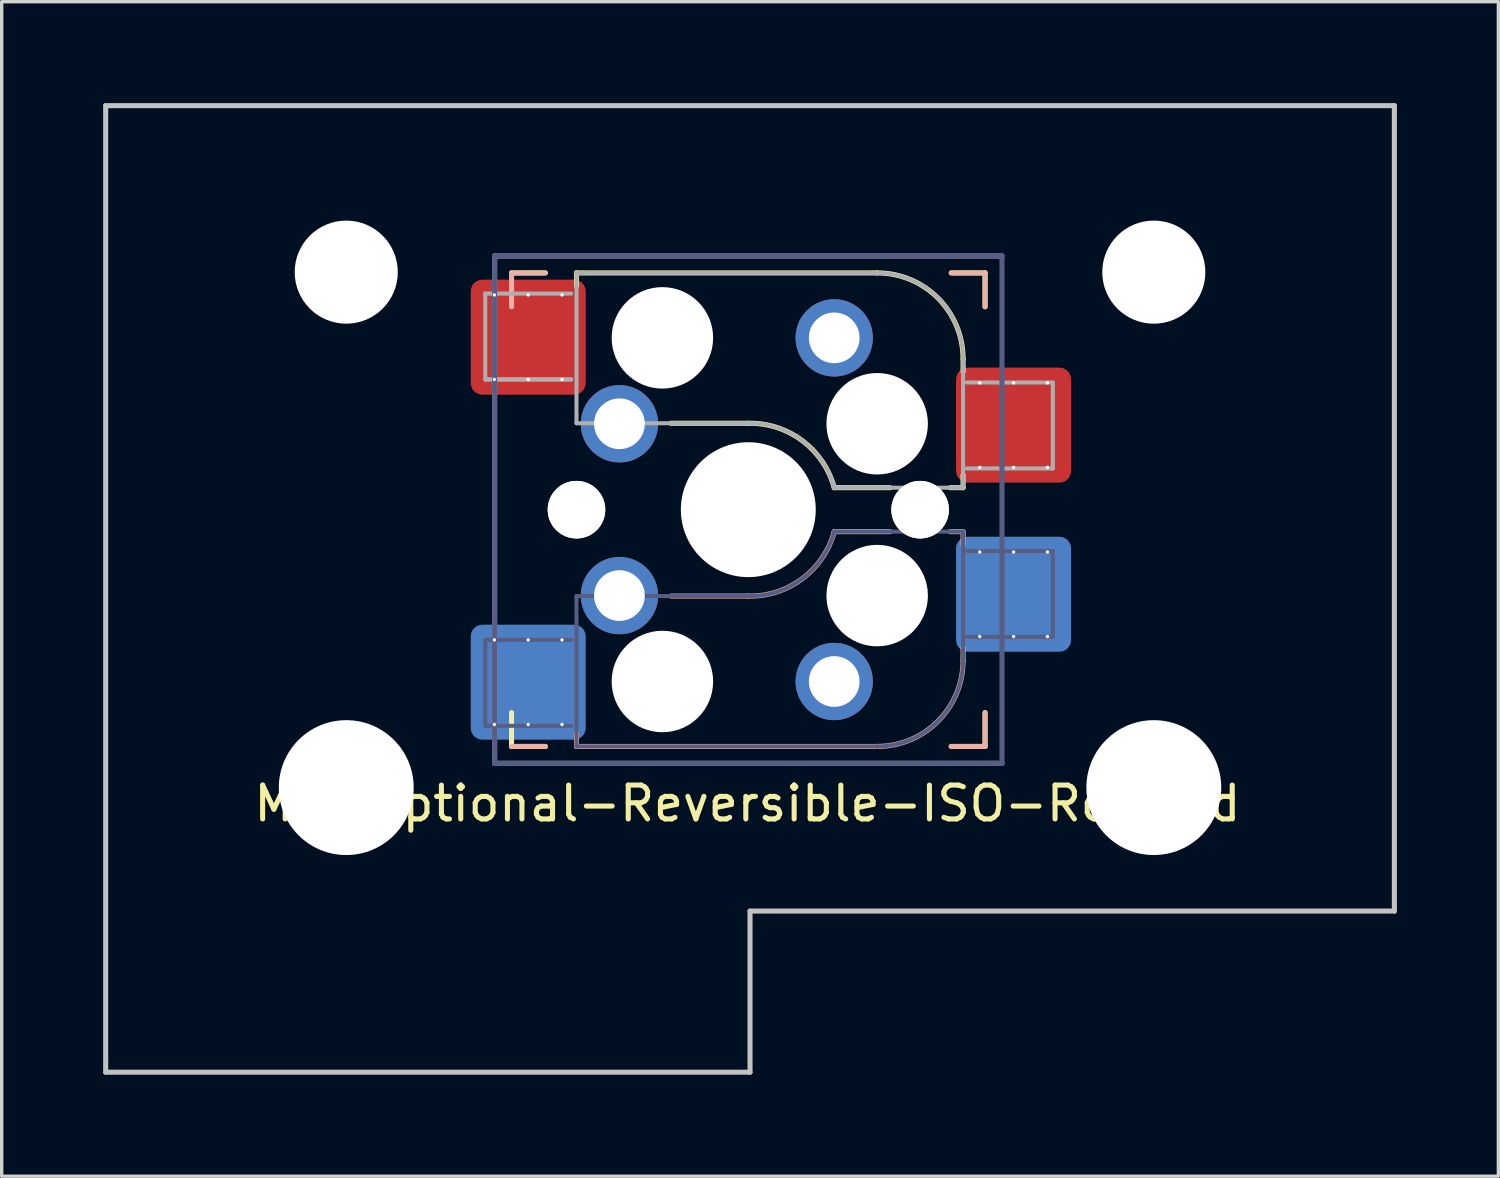
<source format=kicad_pcb>
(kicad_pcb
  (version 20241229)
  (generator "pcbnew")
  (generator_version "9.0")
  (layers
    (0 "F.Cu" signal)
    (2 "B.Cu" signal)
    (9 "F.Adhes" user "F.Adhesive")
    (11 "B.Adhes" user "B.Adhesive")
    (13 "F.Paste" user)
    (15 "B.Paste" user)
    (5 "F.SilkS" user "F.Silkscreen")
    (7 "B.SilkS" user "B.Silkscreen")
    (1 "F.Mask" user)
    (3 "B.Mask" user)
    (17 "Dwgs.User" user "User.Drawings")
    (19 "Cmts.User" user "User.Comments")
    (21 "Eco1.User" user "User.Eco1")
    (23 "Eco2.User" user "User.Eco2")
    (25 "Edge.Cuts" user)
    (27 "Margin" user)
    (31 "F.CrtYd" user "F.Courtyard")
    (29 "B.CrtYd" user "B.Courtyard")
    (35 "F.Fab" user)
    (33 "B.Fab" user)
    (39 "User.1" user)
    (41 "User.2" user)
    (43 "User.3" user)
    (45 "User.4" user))
  (footprint "MX-Optional-Reversible-ISO-Rotated"
    (layer "F.Cu")
    (at 19.125 11.981)
    (property "Reference" "MX-Optional-Reversible-ISO-Rotated" (at -0.077 8.726 180) (layer "F.SilkS") (effects (font (size 1 1) (thickness 0.15))))
    (attr smd)
    (fp_rect (start -8.258 -6.062) (end -4.858 -4.062) (stroke (width 0.1) (type solid)) (fill yes) (layer "F.Mask"))
    (fp_rect (start 6.092 -3.462) (end 9.492 -1.462) (stroke (width 0.1) (type solid)) (fill yes) (layer "F.Mask"))
    (fp_rect (start -4.858 4.138) (end -8.258 6.138) (stroke (width 0.1) (type solid)) (fill yes) (layer "B.Mask"))
    (fp_rect (start 9.492 1.538) (end 6.092 3.538) (stroke (width 0.1) (type solid)) (fill yes) (layer "B.Mask"))
    (fp_line (start -7.051 -6.962) (end -6.051 -6.962) (stroke (width 0.15) (type solid)) (layer "F.SilkS"))
    (fp_line (start -7.051 7.038) (end -7.051 6.038) (stroke (width 0.15) (type solid)) (layer "F.SilkS"))
    (fp_line (start -6.051 7.038) (end -7.051 7.038) (stroke (width 0.15) (type solid)) (layer "F.SilkS"))
    (fp_line (start -5.131 -6.581) (end -5.131 -6.962) (stroke (width 0.15) (type solid)) (layer "F.SilkS"))
    (fp_line (start -2.337 -2.517) (end -0.051 -2.517) (stroke (width 0.15) (type solid)) (layer "F.SilkS"))
    (fp_line (start 2.489 -0.612) (end 4.14 -0.612) (stroke (width 0.15) (type solid)) (layer "F.SilkS"))
    (fp_line (start 3.759 -6.962) (end -5.131 -6.962) (stroke (width 0.15) (type solid)) (layer "F.SilkS"))
    (fp_line (start 5.918 -0.612) (end 6.299 -0.612) (stroke (width 0.15) (type solid)) (layer "F.SilkS"))
    (fp_line (start 5.949 -6.962) (end 6.949 -6.962) (stroke (width 0.15) (type solid)) (layer "F.SilkS"))
    (fp_line (start 6.299 -4.041) (end 6.299 -4.422) (stroke (width 0.15) (type solid)) (layer "F.SilkS"))
    (fp_line (start 6.299 -0.612) (end 6.299 -0.993) (stroke (width 0.15) (type solid)) (layer "F.SilkS"))
    (fp_line (start 6.949 -6.962) (end 6.949 -5.962) (stroke (width 0.15) (type solid)) (layer "F.SilkS"))
    (fp_line (start 6.949 6.038) (end 6.949 7.038) (stroke (width 0.15) (type solid)) (layer "F.SilkS"))
    (fp_line (start 6.949 7.038) (end 5.949 7.038) (stroke (width 0.15) (type solid)) (layer "F.SilkS"))
    (fp_arc (start -0.05085 -2.51696) (mid 1.54712 -2.001754) (end 2.48915 -0.61196) (stroke (width 0.15) (type solid)) (layer "F.SilkS"))
    (fp_arc (start 3.75915 -6.96196) (mid 5.555201 -6.218011) (end 6.29915 -4.42196) (stroke (width 0.15) (type solid)) (layer "F.SilkS"))
    (fp_line (start -7.051 -6.962) (end -6.051 -6.962) (stroke (width 0.15) (type solid)) (layer "B.SilkS"))
    (fp_line (start -7.05 -6.96) (end -7.05 -5.96) (stroke (width 0.15) (type solid)) (layer "B.SilkS"))
    (fp_line (start -6.051 7.038) (end -7.051 7.038) (stroke (width 0.15) (type solid)) (layer "B.SilkS"))
    (fp_line (start -5.131 7.038) (end -5.131 6.657) (stroke (width 0.15) (type solid)) (layer "B.SilkS"))
    (fp_line (start -5.131 7.038) (end 3.759 7.038) (stroke (width 0.15) (type solid)) (layer "B.SilkS"))
    (fp_line (start -0.051 2.593) (end -2.337 2.593) (stroke (width 0.15) (type solid)) (layer "B.SilkS"))
    (fp_line (start 4.14 0.688) (end 2.489 0.688) (stroke (width 0.15) (type solid)) (layer "B.SilkS"))
    (fp_line (start 5.949 -6.962) (end 6.949 -6.962) (stroke (width 0.15) (type solid)) (layer "B.SilkS"))
    (fp_line (start 6.299 0.688) (end 5.918 0.688) (stroke (width 0.15) (type solid)) (layer "B.SilkS"))
    (fp_line (start 6.299 1.069) (end 6.299 0.688) (stroke (width 0.15) (type solid)) (layer "B.SilkS"))
    (fp_line (start 6.299 4.498) (end 6.299 4.117) (stroke (width 0.15) (type solid)) (layer "B.SilkS"))
    (fp_line (start 6.949 -6.962) (end 6.949 -5.962) (stroke (width 0.15) (type solid)) (layer "B.SilkS"))
    (fp_line (start 6.949 6.038) (end 6.949 7.038) (stroke (width 0.15) (type solid)) (layer "B.SilkS"))
    (fp_line (start 6.949 7.038) (end 5.949 7.038) (stroke (width 0.15) (type solid)) (layer "B.SilkS"))
    (fp_arc (start 2.48915 0.68804) (mid 1.547119 2.077831) (end -0.05085 2.59304) (stroke (width 0.15) (type solid)) (layer "B.SilkS"))
    (fp_arc (start 6.29915 4.49804) (mid 5.555201 6.294091) (end 3.75915 7.03804) (stroke (width 0.15) (type solid)) (layer "B.SilkS"))
    (fp_line (start -19.05 -11.906) (end 19.05 -11.906) (stroke (width 0.15) (type solid)) (layer "Dwgs.User"))
    (fp_line (start -19.05 16.669) (end -19.05 -11.906) (stroke (width 0.15) (type solid)) (layer "Dwgs.User"))
    (fp_line (start -19.05 16.669) (end 0 16.669) (stroke (width 0.15) (type solid)) (layer "Dwgs.User"))
    (fp_line (start 0 11.906) (end 0 16.669) (stroke (width 0.15) (type solid)) (layer "Dwgs.User"))
    (fp_line (start 19.05 11.906) (end 0 11.906) (stroke (width 0.15) (type solid)) (layer "Dwgs.User"))
    (fp_line (start 19.05 11.906) (end 19.05 -11.906) (stroke (width 0.15) (type solid)) (layer "Dwgs.User"))
    (fp_line (start -6.951 6.938) (end 6.849 6.938) (stroke (width 0.15) (type solid)) (layer "Eco2.User"))
    (fp_line (start -6.95 -6.86) (end -6.95 6.94) (stroke (width 0.15) (type solid)) (layer "Eco2.User"))
    (fp_line (start 6.848 6.94) (end 6.848 -6.86) (stroke (width 0.15) (type solid)) (layer "Eco2.User"))
    (fp_line (start 6.849 -6.862) (end -6.951 -6.862) (stroke (width 0.15) (type solid)) (layer "Eco2.User"))
    (fp_line (start -7.828 3.888) (end -7.828 6.428) (stroke (width 0.12) (type solid)) (layer "B.Fab"))
    (fp_line (start -7.828 6.428) (end -5.288 6.428) (stroke (width 0.12) (type solid)) (layer "B.Fab"))
    (fp_line (start -7.551 -7.462) (end 7.449 -7.462) (stroke (width 0.15) (type solid)) (layer "B.Fab"))
    (fp_line (start -7.551 7.538) (end -7.551 -7.462) (stroke (width 0.15) (type solid)) (layer "B.Fab"))
    (fp_line (start -5.288 3.888) (end -7.828 3.888) (stroke (width 0.12) (type solid)) (layer "B.Fab"))
    (fp_line (start -5.288 3.888) (end -7.828 3.888) (stroke (width 0.12) (type solid)) (layer "B.Fab"))
    (fp_line (start -5.131 2.593) (end -5.131 7.038) (stroke (width 0.12) (type solid)) (layer "B.Fab"))
    (fp_line (start -5.131 7.038) (end 3.759 7.038) (stroke (width 0.12) (type solid)) (layer "B.Fab"))
    (fp_line (start -0.051 2.593) (end -5.131 2.593) (stroke (width 0.12) (type solid)) (layer "B.Fab"))
    (fp_line (start 6.299 0.688) (end 2.489 0.688) (stroke (width 0.12) (type solid)) (layer "B.Fab"))
    (fp_line (start 6.299 4.498) (end 6.299 0.688) (stroke (width 0.12) (type solid)) (layer "B.Fab"))
    (fp_line (start 6.412 3.798) (end 8.952 3.798) (stroke (width 0.12) (type solid)) (layer "B.Fab"))
    (fp_line (start 7.449 -7.462) (end 7.449 7.538) (stroke (width 0.15) (type solid)) (layer "B.Fab"))
    (fp_line (start 7.449 7.538) (end -7.551 7.538) (stroke (width 0.15) (type solid)) (layer "B.Fab"))
    (fp_line (start 8.952 1.258) (end 6.412 1.258) (stroke (width 0.12) (type solid)) (layer "B.Fab"))
    (fp_line (start 8.952 3.798) (end 8.952 1.258) (stroke (width 0.12) (type solid)) (layer "B.Fab"))
    (fp_arc (start 2.48915 0.68804) (mid 1.547122 2.077836) (end -0.05085 2.59304) (stroke (width 0.12) (type solid)) (layer "B.Fab"))
    (fp_arc (start 6.29915 4.49804) (mid 5.555201 6.294091) (end 3.75915 7.03804) (stroke (width 0.12) (type solid)) (layer "B.Fab"))
    (fp_line (start -7.828 -6.352) (end -7.828 -3.812) (stroke (width 0.12) (type solid)) (layer "F.Fab"))
    (fp_line (start -7.828 -3.812) (end -5.288 -3.812) (stroke (width 0.12) (type solid)) (layer "F.Fab"))
    (fp_line (start -7.828 -3.812) (end -5.288 -3.812) (stroke (width 0.12) (type solid)) (layer "F.Fab"))
    (fp_line (start -7.551 -7.462) (end 7.449 -7.462) (stroke (width 0.15) (type solid)) (layer "F.Fab"))
    (fp_line (start -7.551 7.538) (end -7.551 -7.462) (stroke (width 0.15) (type solid)) (layer "F.Fab"))
    (fp_line (start -5.288 -6.352) (end -7.828 -6.352) (stroke (width 0.12) (type solid)) (layer "F.Fab"))
    (fp_line (start -5.131 -6.962) (end -5.131 -2.517) (stroke (width 0.12) (type solid)) (layer "F.Fab"))
    (fp_line (start -5.131 -2.517) (end -0.051 -2.517) (stroke (width 0.12) (type solid)) (layer "F.Fab"))
    (fp_line (start 2.489 -0.612) (end 6.299 -0.612) (stroke (width 0.12) (type solid)) (layer "F.Fab"))
    (fp_line (start 3.759 -6.962) (end -5.131 -6.962) (stroke (width 0.12) (type solid)) (layer "F.Fab"))
    (fp_line (start 6.299 -0.612) (end 6.299 -4.422) (stroke (width 0.12) (type solid)) (layer "F.Fab"))
    (fp_line (start 6.412 -1.182) (end 8.952 -1.182) (stroke (width 0.12) (type solid)) (layer "F.Fab"))
    (fp_line (start 7.449 7.538) (end -7.551 7.538) (stroke (width 0.15) (type solid)) (layer "F.Fab"))
    (fp_line (start 8.952 -3.722) (end 6.412 -3.722) (stroke (width 0.12) (type solid)) (layer "F.Fab"))
    (fp_line (start 8.952 -1.182) (end 8.952 -3.722) (stroke (width 0.12) (type solid)) (layer "F.Fab"))
    (fp_arc (start -0.05085 -2.51696) (mid 1.547122 -2.001755) (end 2.48915 -0.61196) (stroke (width 0.12) (type solid)) (layer "F.Fab"))
    (fp_arc (start 3.75915 -6.96196) (mid 5.555201 -6.218011) (end 6.29915 -4.42196) (stroke (width 0.12) (type solid)) (layer "F.Fab"))
    (pad "" np_thru_hole circle (at -11.938 -6.985) (size 3.048 3.048) (drill 3.048) (layers "*.Cu" "*.Mask"))
    (pad "" np_thru_hole circle (at -11.938 8.255) (size 3.988 3.988) (drill 3.988) (layers "*.Cu" "*.Mask"))
    (pad "" np_thru_hole circle (at -5.131 0.038) (size 1.702 1.702) (drill 1.702) (layers "*.Cu" "*.Mask"))
    (pad "" np_thru_hole circle (at -5.131 0.038 180) (size 1.702 1.702) (drill 1.702) (layers "*.Cu" "*.Mask"))
    (pad "" np_thru_hole circle (at -2.591 -5.042) (size 3 3) (drill 3) (layers "*.Cu" "*.Mask"))
    (pad "" np_thru_hole circle (at -2.591 5.118 180) (size 3 3) (drill 3) (layers "*.Cu" "*.Mask"))
    (pad "" np_thru_hole circle (at -0.051 0.038) (size 3.988 3.988) (drill 3.988) (layers "*.Cu" "*.Mask"))
    (pad "" np_thru_hole circle (at 3.759 -2.502) (size 3 3) (drill 3) (layers "*.Cu" "*.Mask"))
    (pad "" np_thru_hole circle (at 3.759 2.578 180) (size 3 3) (drill 3) (layers "*.Cu" "*.Mask"))
    (pad "" np_thru_hole circle (at 5.029 0.038 180) (size 1.702 1.702) (drill 1.702) (layers "*.Cu" "*.Mask"))
    (pad "" np_thru_hole circle (at 5.029 0.038) (size 1.702 1.702) (drill 1.702) (layers "*.Cu" "*.Mask"))
    (pad "" np_thru_hole circle (at 11.938 -6.985) (size 3.048 3.048) (drill 3.048) (layers "*.Cu" "*.Mask"))
    (pad "" np_thru_hole circle (at 11.938 8.255) (size 3.988 3.988) (drill 3.988) (layers "*.Cu" "*.Mask"))
    (pad "1" thru_hole circle (at -7.558 -6.312 270) (size 0.1 0.1) (drill 0.3) (layers "*.Cu" "*.Mask"))
    (pad "1" thru_hole circle (at -7.558 -3.812 270) (size 0.1 0.1) (drill 0.3) (layers "*.Cu" "*.Mask"))
    (pad "1" thru_hole circle (at -7.558 3.888 270) (size 0.1 0.1) (drill 0.3) (layers "*.Cu" "*.Mask"))
    (pad "1" thru_hole circle (at -7.558 6.388 270) (size 0.1 0.1) (drill 0.3) (layers "*.Cu" "*.Mask"))
    (pad "1" thru_hole circle (at -6.558 -6.312 270) (size 0.1 0.1) (drill 0.3) (layers "*.Cu"))
    (pad "1" smd roundrect (at -6.558 -5.062 180) (size 3.4 3.4) (property pad_prop_bga) (layers "F.Cu" "F.Paste") (roundrect_rratio 0.1))
    (pad "1" thru_hole circle (at -6.558 -3.812 270) (size 0.1 0.1) (drill 0.3) (layers "*.Cu" "*.Mask"))
    (pad "1" thru_hole circle (at -6.558 3.888 270) (size 0.1 0.1) (drill 0.3) (layers "*.Cu" "*.Mask"))
    (pad "1" smd roundrect (at -6.558 5.138) (size 3.4 3.4) (property pad_prop_bga) (layers "B.Cu" "B.Paste") (roundrect_rratio 0.1))
    (pad "1" thru_hole circle (at -6.558 6.388 270) (size 0.1 0.1) (drill 0.3) (layers "*.Cu"))
    (pad "1" thru_hole circle (at -5.558 -6.312 270) (size 0.1 0.1) (drill 0.3) (layers "*.Cu"))
    (pad "1" thru_hole circle (at -5.558 -3.812 270) (size 0.1 0.1) (drill 0.3) (layers "*.Cu" "*.Mask"))
    (pad "1" thru_hole circle (at -5.558 3.888 270) (size 0.1 0.1) (drill 0.3) (layers "*.Cu" "*.Mask"))
    (pad "1" thru_hole circle (at -5.558 6.388 270) (size 0.1 0.1) (drill 0.3) (layers "*.Cu"))
    (pad "1" thru_hole circle (at -3.861 -2.502) (size 2.286 2.286) (drill 1.499) (layers "*.Cu" "*.Mask"))
    (pad "1" thru_hole circle (at -3.861 2.578 180) (size 2.286 2.286) (drill 1.499) (layers "*.Cu" "*.Mask"))
    (pad "2" thru_hole circle (at 2.489 -5.042) (size 2.286 2.286) (drill 1.499) (layers "*.Cu" "*.Mask"))
    (pad "2" thru_hole circle (at 2.489 5.118 180) (size 2.286 2.286) (drill 1.499) (layers "*.Cu" "*.Mask"))
    (pad "2" thru_hole circle (at 6.792 -3.712 270) (size 0.1 0.1) (drill 0.3) (layers "*.Cu" "*.Mask"))
    (pad "2" thru_hole circle (at 6.792 -1.212 270) (size 0.1 0.1) (drill 0.3) (layers "*.Cu" "*.Mask"))
    (pad "2" thru_hole circle (at 6.792 1.288 270) (size 0.1 0.1) (drill 0.3) (layers "*.Cu" "*.Mask"))
    (pad "2" thru_hole circle (at 6.792 3.788 270) (size 0.1 0.1) (drill 0.3) (layers "*.Cu" "*.Mask"))
    (pad "2" thru_hole circle (at 7.792 -3.712 270) (size 0.1 0.1) (drill 0.3) (layers "*.Cu"))
    (pad "2" smd roundrect (at 7.792 -2.462 180) (size 3.4 3.4) (property pad_prop_bga) (layers "F.Cu" "F.Paste") (roundrect_rratio 0.1))
    (pad "2" thru_hole circle (at 7.792 -1.212 270) (size 0.1 0.1) (drill 0.3) (layers "*.Cu" "*.Mask"))
    (pad "2" thru_hole circle (at 7.792 1.288 270) (size 0.1 0.1) (drill 0.3) (layers "*.Cu" "*.Mask"))
    (pad "2" smd roundrect (at 7.792 2.538) (size 3.4 3.4) (property pad_prop_bga) (layers "B.Cu" "B.Paste") (roundrect_rratio 0.1))
    (pad "2" thru_hole circle (at 7.792 3.788 270) (size 0.1 0.1) (drill 0.3) (layers "*.Cu"))
    (pad "2" thru_hole circle (at 8.792 -3.712 270) (size 0.1 0.1) (drill 0.3) (layers "*.Cu"))
    (pad "2" thru_hole circle (at 8.792 -1.212 270) (size 0.1 0.1) (drill 0.3) (layers "*.Cu" "*.Mask"))
    (pad "2" thru_hole circle (at 8.792 1.288 270) (size 0.1 0.1) (drill 0.3) (layers "*.Cu" "*.Mask"))
    (pad "2" thru_hole circle (at 8.792 3.788 270) (size 0.1 0.1) (drill 0.3) (layers "*.Cu")))
  (gr_rect
    (start -3 -3)
    (end 41.25 31.725)
    (stroke (width 0.1) (type default))
    (fill no)
    (layer "Edge.Cuts")))
</source>
